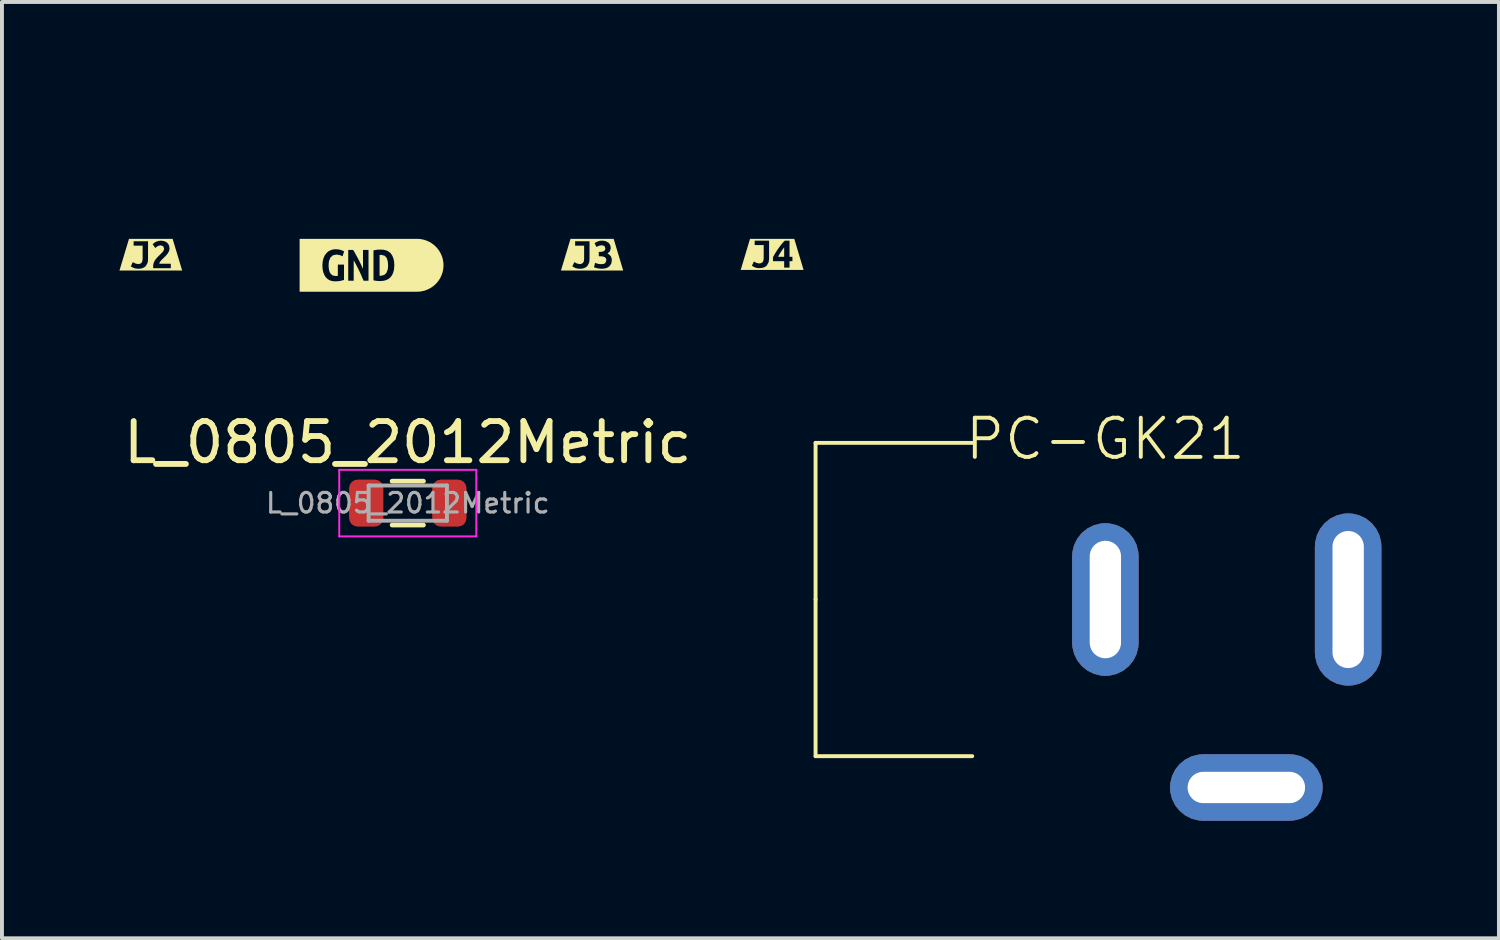
<source format=kicad_pcb>
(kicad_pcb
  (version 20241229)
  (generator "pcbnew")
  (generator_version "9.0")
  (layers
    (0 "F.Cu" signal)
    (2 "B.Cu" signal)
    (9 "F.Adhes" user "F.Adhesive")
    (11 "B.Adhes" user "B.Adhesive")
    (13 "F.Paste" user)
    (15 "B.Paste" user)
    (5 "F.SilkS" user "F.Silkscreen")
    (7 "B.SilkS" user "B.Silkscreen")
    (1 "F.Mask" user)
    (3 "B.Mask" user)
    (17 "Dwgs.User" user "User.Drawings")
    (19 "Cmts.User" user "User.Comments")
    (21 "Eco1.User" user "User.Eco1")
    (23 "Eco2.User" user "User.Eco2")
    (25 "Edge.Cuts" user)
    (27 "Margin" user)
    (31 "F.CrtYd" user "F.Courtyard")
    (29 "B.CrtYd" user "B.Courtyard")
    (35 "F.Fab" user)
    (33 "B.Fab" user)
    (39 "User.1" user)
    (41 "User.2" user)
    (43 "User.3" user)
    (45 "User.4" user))
  (footprint "PC-GK21"
    (layer "F.Cu")
    (at 25.176 12.259)
    (property "Reference" "PC-GK21" (at 0 -4.1 0) (unlocked yes) (layer "F.SilkS") (effects (font (size 1 1) (thickness 0.1))))
    (attr through_hole)
    (fp_line (start -7.4 -4) (end -3.4 -4) (stroke (width 0.1) (type default)) (layer "F.SilkS"))
    (fp_line (start -7.4 0) (end -7.4 -4) (stroke (width 0.1) (type default)) (layer "F.SilkS"))
    (fp_line (start -7.4 0) (end -7.4 4) (stroke (width 0.1) (type default)) (layer "F.SilkS"))
    (fp_line (start -7.4 4) (end -3.4 4) (stroke (width 0.1) (type default)) (layer "F.SilkS"))
    (pad "1" thru_hole roundrect (at 6.2 0 180) (size 1.7 4.4) (drill oval 0.8 3.5) (layers "*.Cu" "*.Mask") (roundrect_rratio 0.5))
    (pad "2" thru_hole roundrect (at 0 0) (size 1.7 3.9) (drill oval 0.8 3) (layers "*.Cu" "*.Mask") (roundrect_rratio 0.5))
    (pad "2" thru_hole roundrect (at 3.6 4.8 90) (size 1.7 3.9) (drill oval 0.8 3) (layers "*.Cu" "*.Mask") (roundrect_rratio 0.5)))
  (footprint "kibuzzard-64580048"
    (layer "F.Cu")
    (at 6.438 3.724)
    (property "Reference" "kibuzzard-64580048" (at 0 -3.723 0) (layer "F.SilkS") (effects (font (size 0.001 0.001) (thickness 0.15))))
    (attr board_only exclude_from_pos_files exclude_from_bom)
    (fp_poly (pts (xy 0.205 0.267) (xy 0.219 0.268) (xy 0.233 0.268) (xy 0.322 0.248) (xy 0.381 0.192) (xy 0.413 0.107) (xy 0.42 0.056) (xy 0.422 0) (xy 0.414 -0.099) (xy 0.388 -0.184) (xy 0.336 -0.243) (xy 0.251 -0.265) (xy 0.228 -0.265) (xy 0.205 -0.262) (xy 0.205 0.267)) (stroke (width 0) (type solid)) (fill yes) (layer "F.SilkS"))
    (fp_poly (pts (xy -1.572 -0.675) (xy -1.837 -0.675) (xy -1.837 0.675) (xy -1.572 0.675) (xy -0.934 0.675) (xy -0.934 0.41) (xy -1.004 0.404) (xy -1.067 0.384) (xy -1.122 0.352) (xy -1.168 0.307) (xy -1.205 0.249) (xy -1.233 0.178) (xy -1.25 0.095) (xy -1.256 0) (xy -1.249 -0.094) (xy -1.229 -0.177) (xy -1.198 -0.248) (xy -1.157 -0.306) (xy -1.107 -0.352) (xy -1.049 -0.384) (xy -0.984 -0.404) (xy -0.915 -0.41) (xy -0.833 -0.403) (xy -0.77 -0.387) (xy -0.727 -0.368) (xy -0.701 -0.353) (xy -0.741 -0.229) (xy -0.81 -0.26) (xy -0.894 -0.274) (xy -0.988 -0.254) (xy -1.051 -0.197) (xy -1.086 -0.111) (xy -1.094 -0.058) (xy -1.097 0) (xy -1.092 0.086) (xy -1.077 0.155) (xy -1.052 0.208) (xy -0.997 0.258) (xy -0.922 0.274) (xy -0.891 0.273) (xy -0.861 0.269) (xy -0.861 -0.018) (xy -0.704 -0.018) (xy -0.704 0.375) (xy -0.791 0.398) (xy -0.857 0.407) (xy -0.934 0.41) (xy -0.934 0.675) (xy -0.204 0.675) (xy -0.204 0.394) (xy -0.241 0.307) (xy -0.279 0.22) (xy -0.32 0.133) (xy -0.363 0.046) (xy -0.408 -0.041) (xy -0.456 -0.128) (xy -0.456 0.394) (xy -0.596 0.394) (xy -0.596 -0.392) (xy -0.471 -0.392) (xy -0.435 -0.334) (xy -0.4 -0.271) (xy -0.365 -0.206) (xy -0.33 -0.141) (xy -0.298 -0.077) (xy -0.268 -0.015) (xy -0.242 0.042) (xy -0.219 0.091) (xy -0.219 -0.392) (xy -0.078 -0.392) (xy -0.078 0.394) (xy -0.204 0.394) (xy -0.204 0.675) (xy 0.216 0.675) (xy 0.216 0.404) (xy 0.134 0.399) (xy 0.049 0.385) (xy 0.049 -0.382) (xy 0.149 -0.398) (xy 0.237 -0.401) (xy 0.311 -0.396) (xy 0.378 -0.378) (xy 0.437 -0.349) (xy 0.487 -0.307) (xy 0.526 -0.251) (xy 0.556 -0.182) (xy 0.575 -0.099) (xy 0.581 0) (xy 0.574 0.101) (xy 0.554 0.186) (xy 0.521 0.256) (xy 0.478 0.311) (xy 0.425 0.353) (xy 0.363 0.382) (xy 0.293 0.398) (xy 0.216 0.404) (xy 0.216 0.675) (xy 0.897 0.675) (xy 1.162 0.675) (xy 1.228 0.672) (xy 1.294 0.662) (xy 1.358 0.646) (xy 1.42 0.623) (xy 1.48 0.595) (xy 1.537 0.561) (xy 1.59 0.522) (xy 1.639 0.477) (xy 1.684 0.428) (xy 1.723 0.375) (xy 1.757 0.318) (xy 1.785 0.258) (xy 1.808 0.196) (xy 1.824 0.132) (xy 1.834 0.066) (xy 1.837 0) (xy 1.834 -0.066) (xy 1.824 -0.132) (xy 1.808 -0.196) (xy 1.785 -0.258) (xy 1.757 -0.318) (xy 1.723 -0.375) (xy 1.684 -0.428) (xy 1.639 -0.477) (xy 1.59 -0.522) (xy 1.537 -0.561) (xy 1.48 -0.595) (xy 1.42 -0.623) (xy 1.358 -0.646) (xy 1.294 -0.662) (xy 1.228 -0.672) (xy 1.162 -0.675) (xy 0.897 -0.675) (xy -1.572 -0.675)) (stroke (width 0) (type solid)) (fill yes) (layer "F.SilkS")))
  (footprint "kibuzzard-64580326"
    (layer "F.Cu")
    (at 16.667 3.446)
    (property "Reference" "kibuzzard-64580326" (at 0 -3.445 0) (layer "F.SilkS") (effects (font (size 0.001 0.001) (thickness 0.15))))
    (attr board_only exclude_from_pos_files exclude_from_bom)
    (fp_poly (pts (xy 0.307 -0.18) (xy 0.266 -0.126) (xy 0.224 -0.065) (xy 0.185 -0.001) (xy 0.152 0.062) (xy 0.307 0.062) (xy 0.307 -0.18)) (stroke (width 0) (type solid)) (fill yes) (layer "F.SilkS"))
    (fp_poly (pts (xy -0.518 -0.397) (xy -0.565 -0.397) (xy -0.803 0.397) (xy -0.565 0.397) (xy -0.518 0.397) (xy -0.323 0.397) (xy -0.323 0.351) (xy -0.387 0.347) (xy -0.439 0.333) (xy -0.518 0.29) (xy -0.466 0.181) (xy -0.404 0.216) (xy -0.335 0.232) (xy -0.287 0.225) (xy -0.249 0.204) (xy -0.224 0.163) (xy -0.216 0.099) (xy -0.216 -0.238) (xy -0.446 -0.238) (xy -0.446 -0.351) (xy -0.078 -0.351) (xy -0.078 0.107) (xy -0.082 0.155) (xy -0.091 0.201) (xy -0.133 0.279) (xy -0.167 0.309) (xy -0.209 0.332) (xy -0.261 0.346) (xy -0.323 0.351) (xy -0.323 0.397) (xy 0.444 0.397) (xy 0.444 0.337) (xy 0.307 0.337) (xy 0.307 0.174) (xy 0.021 0.174) (xy 0.021 0.074) (xy 0.045 0.028) (xy 0.075 -0.024) (xy 0.11 -0.08) (xy 0.148 -0.137) (xy 0.189 -0.194) (xy 0.233 -0.251) (xy 0.277 -0.304) (xy 0.322 -0.351) (xy 0.444 -0.351) (xy 0.444 0.062) (xy 0.518 0.062) (xy 0.518 0.174) (xy 0.444 0.174) (xy 0.444 0.337) (xy 0.444 0.397) (xy 0.518 0.397) (xy 0.565 0.397) (xy 0.803 0.397) (xy 0.565 -0.397) (xy 0.518 -0.397) (xy -0.518 -0.397)) (stroke (width 0) (type solid)) (fill yes) (layer "F.SilkS")))
  (footprint "kibuzzard-64580318"
    (layer "F.Cu")
    (at 12.069 3.454)
    (property "Reference" "kibuzzard-64580318" (at 0 -3.453 0) (layer "F.SilkS") (effects (font (size 0.001 0.001) (thickness 0.15))))
    (attr board_only exclude_from_pos_files exclude_from_bom)
    (fp_poly (pts (xy -0.505 -0.405) (xy -0.551 -0.405) (xy -0.795 0.405) (xy -0.551 0.405) (xy -0.505 0.405) (xy -0.309 0.405) (xy -0.309 0.359) (xy -0.374 0.354) (xy -0.426 0.341) (xy -0.505 0.298) (xy -0.453 0.189) (xy -0.391 0.223) (xy -0.322 0.24) (xy -0.274 0.233) (xy -0.236 0.212) (xy -0.211 0.171) (xy -0.203 0.107) (xy -0.203 -0.23) (xy -0.433 -0.23) (xy -0.433 -0.343) (xy -0.065 -0.343) (xy -0.065 0.114) (xy -0.068 0.163) (xy -0.078 0.209) (xy -0.12 0.287) (xy -0.154 0.317) (xy -0.196 0.339) (xy -0.248 0.354) (xy -0.309 0.359) (xy -0.309 0.405) (xy 0.241 0.405) (xy 0.241 0.359) (xy 0.187 0.355) (xy 0.132 0.346) (xy 0.084 0.333) (xy 0.049 0.321) (xy 0.076 0.207) (xy 0.142 0.23) (xy 0.187 0.239) (xy 0.239 0.242) (xy 0.299 0.235) (xy 0.338 0.212) (xy 0.366 0.138) (xy 0.355 0.092) (xy 0.323 0.062) (xy 0.274 0.045) (xy 0.213 0.04) (xy 0.171 0.04) (xy 0.171 -0.073) (xy 0.222 -0.073) (xy 0.264 -0.078) (xy 0.302 -0.092) (xy 0.329 -0.119) (xy 0.339 -0.161) (xy 0.317 -0.221) (xy 0.254 -0.242) (xy 0.177 -0.229) (xy 0.111 -0.198) (xy 0.062 -0.298) (xy 0.141 -0.338) (xy 0.194 -0.354) (xy 0.253 -0.359) (xy 0.307 -0.355) (xy 0.353 -0.344) (xy 0.424 -0.304) (xy 0.465 -0.242) (xy 0.478 -0.166) (xy 0.455 -0.087) (xy 0.393 -0.029) (xy 0.44 -0.001) (xy 0.476 0.037) (xy 0.498 0.084) (xy 0.505 0.14) (xy 0.49 0.228) (xy 0.442 0.297) (xy 0.405 0.323) (xy 0.359 0.343) (xy 0.305 0.355) (xy 0.241 0.359) (xy 0.241 0.405) (xy 0.505 0.405) (xy 0.551 0.405) (xy 0.795 0.405) (xy 0.551 -0.405) (xy 0.505 -0.405) (xy -0.505 -0.405)) (stroke (width 0) (type solid)) (fill yes) (layer "F.SilkS")))
  (footprint "L_0805_2012Metric"
    (layer "F.Cu")
    (at 7.363 9.797)
    (property "Reference" "L_0805_2012Metric" (at 0 -1.55 180) (layer "F.SilkS") (effects (font (size 1 1) (thickness 0.15))))
    (attr smd)
    (fp_line (start -0.4 -0.56) (end 0.4 -0.56) (stroke (width 0.12) (type solid)) (layer "F.SilkS"))
    (fp_line (start -0.4 0.56) (end 0.4 0.56) (stroke (width 0.12) (type solid)) (layer "F.SilkS"))
    (fp_line (start -1.75 -0.85) (end 1.75 -0.85) (stroke (width 0.05) (type solid)) (layer "F.CrtYd"))
    (fp_line (start -1.75 0.85) (end -1.75 -0.85) (stroke (width 0.05) (type solid)) (layer "F.CrtYd"))
    (fp_line (start 1.75 -0.85) (end 1.75 0.85) (stroke (width 0.05) (type solid)) (layer "F.CrtYd"))
    (fp_line (start 1.75 0.85) (end -1.75 0.85) (stroke (width 0.05) (type solid)) (layer "F.CrtYd"))
    (fp_line (start -1 -0.45) (end 1 -0.45) (stroke (width 0.1) (type solid)) (layer "F.Fab"))
    (fp_line (start -1 0.45) (end -1 -0.45) (stroke (width 0.1) (type solid)) (layer "F.Fab"))
    (fp_line (start 1 -0.45) (end 1 0.45) (stroke (width 0.1) (type solid)) (layer "F.Fab"))
    (fp_line (start 1 0.45) (end -1 0.45) (stroke (width 0.1) (type solid)) (layer "F.Fab"))
    (fp_text user "${REFERENCE}" (at 0 0 180) (layer "F.Fab") (effects (font (size 0.5 0.5) (thickness 0.08))))
    (pad "1" smd roundrect (at -1.062 0) (size 0.875 1.2) (layers "F.Cu" "F.Mask" "F.Paste") (roundrect_rratio 0.25))
    (pad "2" smd roundrect (at 1.062 0) (size 0.875 1.2) (layers "F.Cu" "F.Mask" "F.Paste") (roundrect_rratio 0.25)))
  (footprint "kibuzzard-6458030B"
    (layer "F.Cu")
    (at 0.801 3.454)
    (property "Reference" "kibuzzard-6458030B" (at 0 -3.453 0) (layer "F.SilkS") (effects (font (size 0.001 0.001) (thickness 0.15))))
    (attr board_only exclude_from_pos_files exclude_from_bom)
    (fp_poly (pts (xy -0.511 -0.405) (xy -0.557 -0.405) (xy -0.801 0.405) (xy -0.557 0.405) (xy -0.511 0.405) (xy -0.316 0.405) (xy -0.316 0.359) (xy -0.38 0.354) (xy -0.432 0.341) (xy -0.511 0.298) (xy -0.459 0.189) (xy -0.397 0.223) (xy -0.328 0.24) (xy -0.28 0.233) (xy -0.242 0.212) (xy -0.217 0.171) (xy -0.209 0.107) (xy -0.209 -0.23) (xy -0.439 -0.23) (xy -0.439 -0.343) (xy -0.071 -0.343) (xy -0.071 0.114) (xy -0.074 0.163) (xy -0.084 0.209) (xy -0.126 0.287) (xy -0.16 0.317) (xy -0.202 0.339) (xy -0.254 0.354) (xy -0.316 0.359) (xy -0.316 0.405) (xy 0.511 0.405) (xy 0.511 0.344) (xy 0.062 0.344) (xy 0.059 0.317) (xy 0.06 0.293) (xy 0.065 0.24) (xy 0.081 0.191) (xy 0.104 0.146) (xy 0.133 0.105) (xy 0.166 0.067) (xy 0.201 0.032) (xy 0.236 -0.002) (xy 0.268 -0.033) (xy 0.321 -0.093) (xy 0.341 -0.152) (xy 0.316 -0.217) (xy 0.251 -0.24) (xy 0.183 -0.224) (xy 0.113 -0.172) (xy 0.046 -0.268) (xy 0.093 -0.308) (xy 0.148 -0.337) (xy 0.207 -0.353) (xy 0.264 -0.359) (xy 0.346 -0.347) (xy 0.414 -0.31) (xy 0.462 -0.248) (xy 0.48 -0.162) (xy 0.467 -0.094) (xy 0.431 -0.03) (xy 0.381 0.03) (xy 0.324 0.086) (xy 0.291 0.117) (xy 0.256 0.155) (xy 0.227 0.194) (xy 0.216 0.231) (xy 0.511 0.231) (xy 0.511 0.344) (xy 0.511 0.405) (xy 0.557 0.405) (xy 0.801 0.405) (xy 0.557 -0.405) (xy 0.511 -0.405) (xy -0.511 -0.405)) (stroke (width 0) (type solid)) (fill yes) (layer "F.SilkS")))
  (gr_rect
    (start -3 -3)
    (end 35.226 20.909)
    (stroke (width 0.1) (type default))
    (fill no)
    (layer "Edge.Cuts")))
</source>
